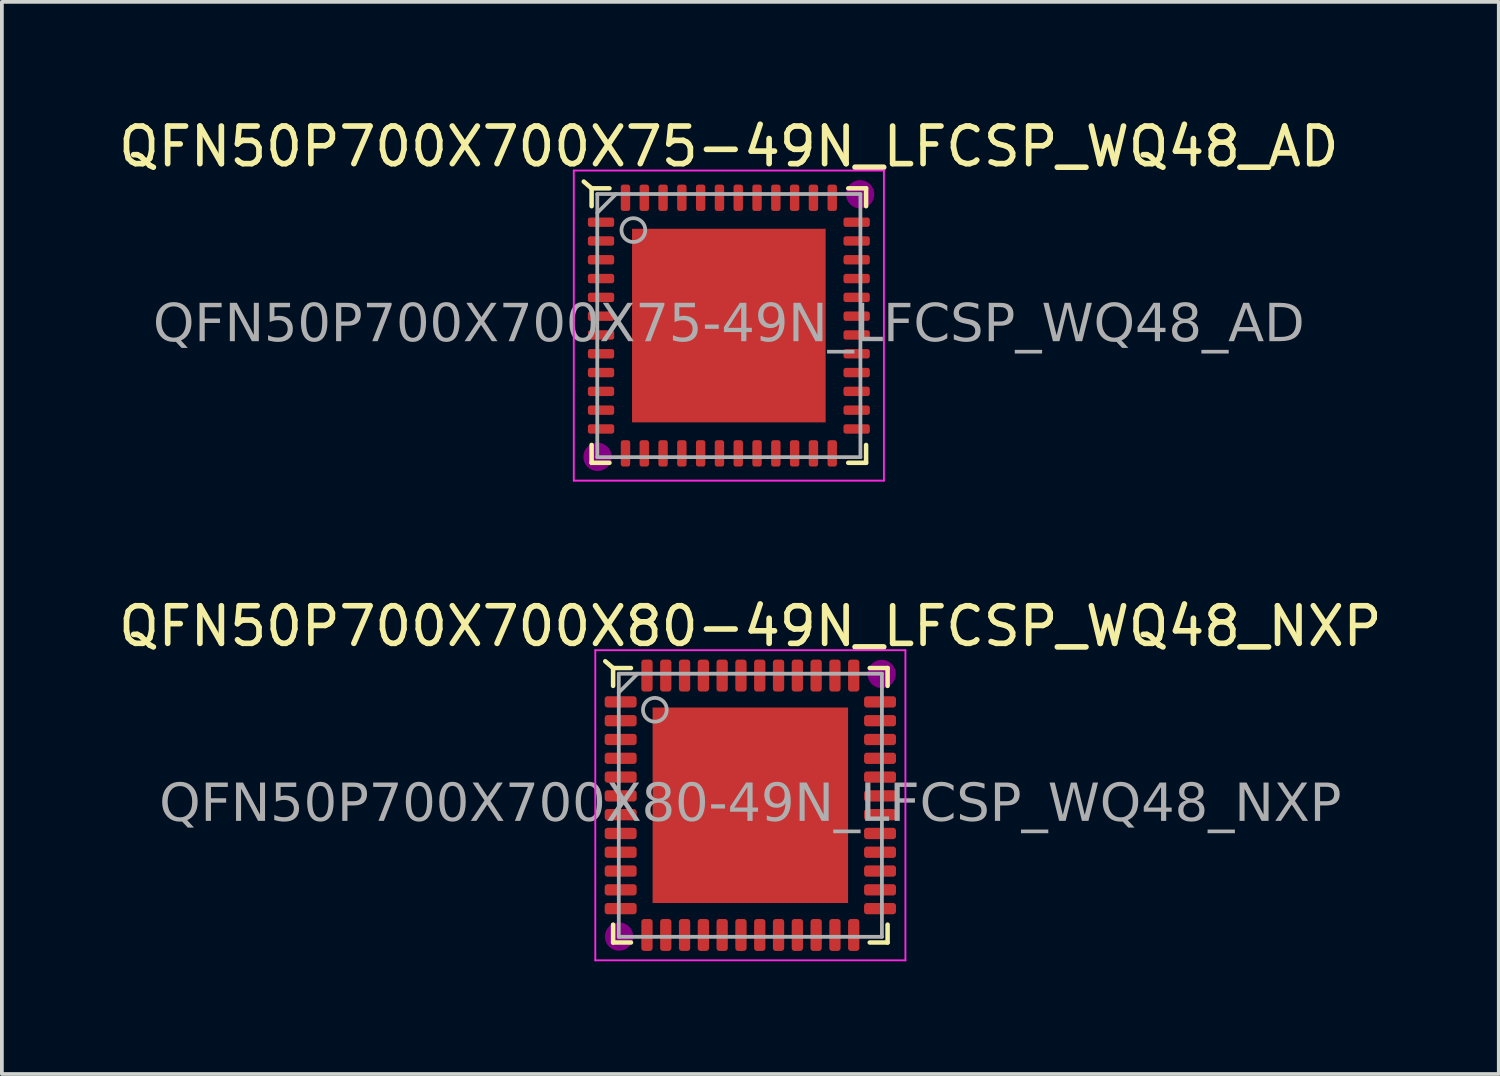
<source format=kicad_pcb>
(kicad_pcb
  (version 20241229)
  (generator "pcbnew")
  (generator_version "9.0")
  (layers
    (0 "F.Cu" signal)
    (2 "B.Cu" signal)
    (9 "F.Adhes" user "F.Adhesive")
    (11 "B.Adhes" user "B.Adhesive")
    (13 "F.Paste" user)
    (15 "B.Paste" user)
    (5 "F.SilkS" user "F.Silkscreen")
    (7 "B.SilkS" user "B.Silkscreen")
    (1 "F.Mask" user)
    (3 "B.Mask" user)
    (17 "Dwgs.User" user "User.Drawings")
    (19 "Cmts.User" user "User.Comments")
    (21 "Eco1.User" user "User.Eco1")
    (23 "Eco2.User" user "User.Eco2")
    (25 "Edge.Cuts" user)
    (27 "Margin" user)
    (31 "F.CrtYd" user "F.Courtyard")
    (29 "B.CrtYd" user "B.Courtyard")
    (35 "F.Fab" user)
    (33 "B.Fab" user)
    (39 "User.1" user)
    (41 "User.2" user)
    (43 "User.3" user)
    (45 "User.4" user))
  (footprint "QFN50P700X700X80-49N_LFCSP_WQ48_NXP"
    (layer "F.Cu")
    (at 16.911 18.372)
    (property "Reference" "QFN50P700X700X80-49N_LFCSP_WQ48_NXP" (at 0 -4.763 0) (layer "F.SilkS") (effects (font (size 1 1) (thickness 0.15))))
    (attr smd)
    (fp_line (start -3.651 -3.651) (end -3.86 -3.831) (stroke (width 0.12) (type solid)) (layer "F.SilkS"))
    (fp_line (start -3.651 -3.651) (end -3.651 -3.176) (stroke (width 0.12) (type solid)) (layer "F.SilkS"))
    (fp_line (start -3.651 3.651) (end -3.651 3.176) (stroke (width 0.12) (type solid)) (layer "F.SilkS"))
    (fp_line (start -3.176 -3.651) (end -3.651 -3.651) (stroke (width 0.12) (type solid)) (layer "F.SilkS"))
    (fp_line (start -3.176 3.651) (end -3.651 3.651) (stroke (width 0.12) (type solid)) (layer "F.SilkS"))
    (fp_line (start 3.176 -3.651) (end 3.651 -3.651) (stroke (width 0.12) (type solid)) (layer "F.SilkS"))
    (fp_line (start 3.651 -3.651) (end 3.651 -3.176) (stroke (width 0.12) (type solid)) (layer "F.SilkS"))
    (fp_line (start 3.651 3.176) (end 3.651 3.651) (stroke (width 0.12) (type solid)) (layer "F.SilkS"))
    (fp_line (start 3.651 3.651) (end 3.176 3.651) (stroke (width 0.12) (type solid)) (layer "F.SilkS"))
    (fp_circle (center -3.493 3.493) (end -3.175 3.493) (stroke (width 0.12) (type solid)) (fill yes) (layer "F.Adhes"))
    (fp_circle (center 3.493 -3.493) (end 3.81 -3.493) (stroke (width 0.12) (type solid)) (fill yes) (layer "F.Adhes"))
    (fp_line (start -4.125 -4.125) (end 4.125 -4.125) (stroke (width 0.05) (type solid)) (layer "F.CrtYd"))
    (fp_line (start -4.125 4.125) (end -4.125 -4.125) (stroke (width 0.05) (type solid)) (layer "F.CrtYd"))
    (fp_line (start 4.125 -4.125) (end 4.125 4.125) (stroke (width 0.05) (type solid)) (layer "F.CrtYd"))
    (fp_line (start 4.125 4.125) (end -4.125 4.125) (stroke (width 0.05) (type solid)) (layer "F.CrtYd"))
    (fp_line (start -3.5 -3.5) (end 3.5 -3.5) (stroke (width 0.1) (type solid)) (layer "F.Fab"))
    (fp_line (start -3.5 -3) (end -3 -3.5) (stroke (width 0.1) (type solid)) (layer "F.Fab"))
    (fp_line (start -3.5 3.5) (end -3.5 -3.5) (stroke (width 0.1) (type solid)) (layer "F.Fab"))
    (fp_line (start 3.5 -3.5) (end 3.5 3.5) (stroke (width 0.1) (type solid)) (layer "F.Fab"))
    (fp_line (start 3.5 3.5) (end -3.5 3.5) (stroke (width 0.1) (type solid)) (layer "F.Fab"))
    (fp_circle (center -2.54 -2.54) (end -2.223 -2.54) (stroke (width 0.1) (type solid)) (fill no) (layer "F.Fab"))
    (fp_text user "${REFERENCE}" (at 0 0 0) (layer "F.Fab") (effects (font (face "Tahoma") (size 1 1) (thickness 0.15))))
    (pad "1" smd roundrect (at -3.45 -2.75 90) (size 0.3 0.85) (layers "F.Cu" "F.Mask" "F.Paste") (roundrect_rratio 0.25))
    (pad "2" smd roundrect (at -3.45 -2.25 90) (size 0.3 0.85) (layers "F.Cu" "F.Mask" "F.Paste") (roundrect_rratio 0.25))
    (pad "3" smd roundrect (at -3.45 -1.75 90) (size 0.3 0.85) (layers "F.Cu" "F.Mask" "F.Paste") (roundrect_rratio 0.25))
    (pad "4" smd roundrect (at -3.45 -1.25 90) (size 0.3 0.85) (layers "F.Cu" "F.Mask" "F.Paste") (roundrect_rratio 0.25))
    (pad "5" smd roundrect (at -3.45 -0.75 90) (size 0.3 0.85) (layers "F.Cu" "F.Mask" "F.Paste") (roundrect_rratio 0.25))
    (pad "6" smd roundrect (at -3.45 -0.25 90) (size 0.3 0.85) (layers "F.Cu" "F.Mask" "F.Paste") (roundrect_rratio 0.25))
    (pad "7" smd roundrect (at -3.45 0.25 90) (size 0.3 0.85) (layers "F.Cu" "F.Mask" "F.Paste") (roundrect_rratio 0.25))
    (pad "8" smd roundrect (at -3.45 0.75 90) (size 0.3 0.85) (layers "F.Cu" "F.Mask" "F.Paste") (roundrect_rratio 0.25))
    (pad "9" smd roundrect (at -3.45 1.25 90) (size 0.3 0.85) (layers "F.Cu" "F.Mask" "F.Paste") (roundrect_rratio 0.25))
    (pad "10" smd roundrect (at -3.45 1.75 90) (size 0.3 0.85) (layers "F.Cu" "F.Mask" "F.Paste") (roundrect_rratio 0.25))
    (pad "11" smd roundrect (at -3.45 2.25 90) (size 0.3 0.85) (layers "F.Cu" "F.Mask" "F.Paste") (roundrect_rratio 0.25))
    (pad "12" smd roundrect (at -3.45 2.75 90) (size 0.3 0.85) (layers "F.Cu" "F.Mask" "F.Paste") (roundrect_rratio 0.25))
    (pad "13" smd roundrect (at -2.75 3.45) (size 0.3 0.85) (layers "F.Cu" "F.Mask" "F.Paste") (roundrect_rratio 0.25))
    (pad "14" smd roundrect (at -2.25 3.45) (size 0.3 0.85) (layers "F.Cu" "F.Mask" "F.Paste") (roundrect_rratio 0.25))
    (pad "15" smd roundrect (at -1.75 3.45) (size 0.3 0.85) (layers "F.Cu" "F.Mask" "F.Paste") (roundrect_rratio 0.25))
    (pad "16" smd roundrect (at -1.25 3.45) (size 0.3 0.85) (layers "F.Cu" "F.Mask" "F.Paste") (roundrect_rratio 0.25))
    (pad "17" smd roundrect (at -0.75 3.45) (size 0.3 0.85) (layers "F.Cu" "F.Mask" "F.Paste") (roundrect_rratio 0.25))
    (pad "18" smd roundrect (at -0.25 3.45) (size 0.3 0.85) (layers "F.Cu" "F.Mask" "F.Paste") (roundrect_rratio 0.25))
    (pad "19" smd roundrect (at 0.25 3.45) (size 0.3 0.85) (layers "F.Cu" "F.Mask" "F.Paste") (roundrect_rratio 0.25))
    (pad "20" smd roundrect (at 0.75 3.45) (size 0.3 0.85) (layers "F.Cu" "F.Mask" "F.Paste") (roundrect_rratio 0.25))
    (pad "21" smd roundrect (at 1.25 3.45) (size 0.3 0.85) (layers "F.Cu" "F.Mask" "F.Paste") (roundrect_rratio 0.25))
    (pad "22" smd roundrect (at 1.75 3.45) (size 0.3 0.85) (layers "F.Cu" "F.Mask" "F.Paste") (roundrect_rratio 0.25))
    (pad "23" smd roundrect (at 2.25 3.45) (size 0.3 0.85) (layers "F.Cu" "F.Mask" "F.Paste") (roundrect_rratio 0.25))
    (pad "24" smd roundrect (at 2.75 3.45) (size 0.3 0.85) (layers "F.Cu" "F.Mask" "F.Paste") (roundrect_rratio 0.25))
    (pad "25" smd roundrect (at 3.45 2.75 90) (size 0.3 0.85) (layers "F.Cu" "F.Mask" "F.Paste") (roundrect_rratio 0.25))
    (pad "26" smd roundrect (at 3.45 2.25 90) (size 0.3 0.85) (layers "F.Cu" "F.Mask" "F.Paste") (roundrect_rratio 0.25))
    (pad "27" smd roundrect (at 3.45 1.75 90) (size 0.3 0.85) (layers "F.Cu" "F.Mask" "F.Paste") (roundrect_rratio 0.25))
    (pad "28" smd roundrect (at 3.45 1.25 90) (size 0.3 0.85) (layers "F.Cu" "F.Mask" "F.Paste") (roundrect_rratio 0.25))
    (pad "29" smd roundrect (at 3.45 0.75 90) (size 0.3 0.85) (layers "F.Cu" "F.Mask" "F.Paste") (roundrect_rratio 0.25))
    (pad "30" smd roundrect (at 3.45 0.25 90) (size 0.3 0.85) (layers "F.Cu" "F.Mask" "F.Paste") (roundrect_rratio 0.25))
    (pad "31" smd roundrect (at 3.45 -0.25 90) (size 0.3 0.85) (layers "F.Cu" "F.Mask" "F.Paste") (roundrect_rratio 0.25))
    (pad "32" smd roundrect (at 3.45 -0.75 90) (size 0.3 0.85) (layers "F.Cu" "F.Mask" "F.Paste") (roundrect_rratio 0.25))
    (pad "33" smd roundrect (at 3.45 -1.25 90) (size 0.3 0.85) (layers "F.Cu" "F.Mask" "F.Paste") (roundrect_rratio 0.25))
    (pad "34" smd roundrect (at 3.45 -1.75 90) (size 0.3 0.85) (layers "F.Cu" "F.Mask" "F.Paste") (roundrect_rratio 0.25))
    (pad "35" smd roundrect (at 3.45 -2.25 90) (size 0.3 0.85) (layers "F.Cu" "F.Mask" "F.Paste") (roundrect_rratio 0.25))
    (pad "36" smd roundrect (at 3.45 -2.75 90) (size 0.3 0.85) (layers "F.Cu" "F.Mask" "F.Paste") (roundrect_rratio 0.25))
    (pad "37" smd roundrect (at 2.75 -3.45) (size 0.3 0.85) (layers "F.Cu" "F.Mask" "F.Paste") (roundrect_rratio 0.25))
    (pad "38" smd roundrect (at 2.25 -3.45) (size 0.3 0.85) (layers "F.Cu" "F.Mask" "F.Paste") (roundrect_rratio 0.25))
    (pad "39" smd roundrect (at 1.75 -3.45) (size 0.3 0.85) (layers "F.Cu" "F.Mask" "F.Paste") (roundrect_rratio 0.25))
    (pad "40" smd roundrect (at 1.25 -3.45) (size 0.3 0.85) (layers "F.Cu" "F.Mask" "F.Paste") (roundrect_rratio 0.25))
    (pad "41" smd roundrect (at 0.75 -3.45) (size 0.3 0.85) (layers "F.Cu" "F.Mask" "F.Paste") (roundrect_rratio 0.25))
    (pad "42" smd roundrect (at 0.25 -3.45) (size 0.3 0.85) (layers "F.Cu" "F.Mask" "F.Paste") (roundrect_rratio 0.25))
    (pad "43" smd roundrect (at -0.25 -3.45) (size 0.3 0.85) (layers "F.Cu" "F.Mask" "F.Paste") (roundrect_rratio 0.25))
    (pad "44" smd roundrect (at -0.75 -3.45) (size 0.3 0.85) (layers "F.Cu" "F.Mask" "F.Paste") (roundrect_rratio 0.25))
    (pad "45" smd roundrect (at -1.25 -3.45) (size 0.3 0.85) (layers "F.Cu" "F.Mask" "F.Paste") (roundrect_rratio 0.25))
    (pad "46" smd roundrect (at -1.75 -3.45) (size 0.3 0.85) (layers "F.Cu" "F.Mask" "F.Paste") (roundrect_rratio 0.25))
    (pad "47" smd roundrect (at -2.25 -3.45) (size 0.3 0.85) (layers "F.Cu" "F.Mask" "F.Paste") (roundrect_rratio 0.25))
    (pad "48" smd roundrect (at -2.75 -3.45) (size 0.3 0.85) (layers "F.Cu" "F.Mask" "F.Paste") (roundrect_rratio 0.25))
    (pad "49" smd rect (at 0 0) (size 5.2 5.2) (layers "F.Cu" "F.Mask" "F.Paste")))
  (footprint "QFN50P700X700X75-49N_LFCSP_WQ48_AD"
    (layer "F.Cu")
    (at 16.339 5.611)
    (property "Reference" "QFN50P700X700X75-49N_LFCSP_WQ48_AD" (at 0 -4.763 0) (layer "F.SilkS") (effects (font (size 1 1) (thickness 0.15))))
    (attr smd)
    (fp_line (start -3.651 -3.651) (end -3.86 -3.831) (stroke (width 0.12) (type solid)) (layer "F.SilkS"))
    (fp_line (start -3.651 -3.651) (end -3.651 -3.176) (stroke (width 0.12) (type solid)) (layer "F.SilkS"))
    (fp_line (start -3.651 3.651) (end -3.651 3.176) (stroke (width 0.12) (type solid)) (layer "F.SilkS"))
    (fp_line (start -3.176 -3.651) (end -3.651 -3.651) (stroke (width 0.12) (type solid)) (layer "F.SilkS"))
    (fp_line (start -3.176 3.651) (end -3.651 3.651) (stroke (width 0.12) (type solid)) (layer "F.SilkS"))
    (fp_line (start 3.176 -3.651) (end 3.651 -3.651) (stroke (width 0.12) (type solid)) (layer "F.SilkS"))
    (fp_line (start 3.651 -3.651) (end 3.651 -3.176) (stroke (width 0.12) (type solid)) (layer "F.SilkS"))
    (fp_line (start 3.651 3.176) (end 3.651 3.651) (stroke (width 0.12) (type solid)) (layer "F.SilkS"))
    (fp_line (start 3.651 3.651) (end 3.176 3.651) (stroke (width 0.12) (type solid)) (layer "F.SilkS"))
    (fp_circle (center -3.493 3.493) (end -3.175 3.493) (stroke (width 0.12) (type solid)) (fill yes) (layer "F.Adhes"))
    (fp_circle (center 3.493 -3.493) (end 3.81 -3.493) (stroke (width 0.12) (type solid)) (fill yes) (layer "F.Adhes"))
    (fp_line (start -4.125 -4.125) (end 4.125 -4.125) (stroke (width 0.05) (type solid)) (layer "F.CrtYd"))
    (fp_line (start -4.125 4.125) (end -4.125 -4.125) (stroke (width 0.05) (type solid)) (layer "F.CrtYd"))
    (fp_line (start 4.125 -4.125) (end 4.125 4.125) (stroke (width 0.05) (type solid)) (layer "F.CrtYd"))
    (fp_line (start 4.125 4.125) (end -4.125 4.125) (stroke (width 0.05) (type solid)) (layer "F.CrtYd"))
    (fp_line (start -3.5 -3.5) (end 3.5 -3.5) (stroke (width 0.1) (type solid)) (layer "F.Fab"))
    (fp_line (start -3.5 -3) (end -3 -3.5) (stroke (width 0.1) (type solid)) (layer "F.Fab"))
    (fp_line (start -3.5 3.5) (end -3.5 -3.5) (stroke (width 0.1) (type solid)) (layer "F.Fab"))
    (fp_line (start 3.5 -3.5) (end 3.5 3.5) (stroke (width 0.1) (type solid)) (layer "F.Fab"))
    (fp_line (start 3.5 3.5) (end -3.5 3.5) (stroke (width 0.1) (type solid)) (layer "F.Fab"))
    (fp_circle (center -2.54 -2.54) (end -2.223 -2.54) (stroke (width 0.1) (type solid)) (fill no) (layer "F.Fab"))
    (fp_text user "${REFERENCE}" (at 0 0 0) (layer "F.Fab") (effects (font (face "Tahoma") (size 1 1) (thickness 0.15))))
    (pad "1" smd roundrect (at -3.4 -2.75 90) (size 0.25 0.7) (layers "F.Cu" "F.Mask" "F.Paste") (roundrect_rratio 0.25))
    (pad "2" smd roundrect (at -3.4 -2.25 90) (size 0.25 0.7) (layers "F.Cu" "F.Mask" "F.Paste") (roundrect_rratio 0.25))
    (pad "3" smd roundrect (at -3.4 -1.75 90) (size 0.25 0.7) (layers "F.Cu" "F.Mask" "F.Paste") (roundrect_rratio 0.25))
    (pad "4" smd roundrect (at -3.4 -1.25 90) (size 0.25 0.7) (layers "F.Cu" "F.Mask" "F.Paste") (roundrect_rratio 0.25))
    (pad "5" smd roundrect (at -3.4 -0.75 90) (size 0.25 0.7) (layers "F.Cu" "F.Mask" "F.Paste") (roundrect_rratio 0.25))
    (pad "6" smd roundrect (at -3.4 -0.25 90) (size 0.25 0.7) (layers "F.Cu" "F.Mask" "F.Paste") (roundrect_rratio 0.25))
    (pad "7" smd roundrect (at -3.4 0.25 90) (size 0.25 0.7) (layers "F.Cu" "F.Mask" "F.Paste") (roundrect_rratio 0.25))
    (pad "8" smd roundrect (at -3.4 0.75 90) (size 0.25 0.7) (layers "F.Cu" "F.Mask" "F.Paste") (roundrect_rratio 0.25))
    (pad "9" smd roundrect (at -3.4 1.25 90) (size 0.25 0.7) (layers "F.Cu" "F.Mask" "F.Paste") (roundrect_rratio 0.25))
    (pad "10" smd roundrect (at -3.4 1.75 90) (size 0.25 0.7) (layers "F.Cu" "F.Mask" "F.Paste") (roundrect_rratio 0.25))
    (pad "11" smd roundrect (at -3.4 2.25 90) (size 0.25 0.7) (layers "F.Cu" "F.Mask" "F.Paste") (roundrect_rratio 0.25))
    (pad "12" smd roundrect (at -3.4 2.75 90) (size 0.25 0.7) (layers "F.Cu" "F.Mask" "F.Paste") (roundrect_rratio 0.25))
    (pad "13" smd roundrect (at -2.75 3.4) (size 0.25 0.7) (layers "F.Cu" "F.Mask" "F.Paste") (roundrect_rratio 0.25))
    (pad "14" smd roundrect (at -2.25 3.4) (size 0.25 0.7) (layers "F.Cu" "F.Mask" "F.Paste") (roundrect_rratio 0.25))
    (pad "15" smd roundrect (at -1.75 3.4) (size 0.25 0.7) (layers "F.Cu" "F.Mask" "F.Paste") (roundrect_rratio 0.25))
    (pad "16" smd roundrect (at -1.25 3.4) (size 0.25 0.7) (layers "F.Cu" "F.Mask" "F.Paste") (roundrect_rratio 0.25))
    (pad "17" smd roundrect (at -0.75 3.4) (size 0.25 0.7) (layers "F.Cu" "F.Mask" "F.Paste") (roundrect_rratio 0.25))
    (pad "18" smd roundrect (at -0.25 3.4) (size 0.25 0.7) (layers "F.Cu" "F.Mask" "F.Paste") (roundrect_rratio 0.25))
    (pad "19" smd roundrect (at 0.25 3.4) (size 0.25 0.7) (layers "F.Cu" "F.Mask" "F.Paste") (roundrect_rratio 0.25))
    (pad "20" smd roundrect (at 0.75 3.4) (size 0.25 0.7) (layers "F.Cu" "F.Mask" "F.Paste") (roundrect_rratio 0.25))
    (pad "21" smd roundrect (at 1.25 3.4) (size 0.25 0.7) (layers "F.Cu" "F.Mask" "F.Paste") (roundrect_rratio 0.25))
    (pad "22" smd roundrect (at 1.75 3.4) (size 0.25 0.7) (layers "F.Cu" "F.Mask" "F.Paste") (roundrect_rratio 0.25))
    (pad "23" smd roundrect (at 2.25 3.4) (size 0.25 0.7) (layers "F.Cu" "F.Mask" "F.Paste") (roundrect_rratio 0.25))
    (pad "24" smd roundrect (at 2.75 3.4) (size 0.25 0.7) (layers "F.Cu" "F.Mask" "F.Paste") (roundrect_rratio 0.25))
    (pad "25" smd roundrect (at 3.4 2.75 90) (size 0.25 0.7) (layers "F.Cu" "F.Mask" "F.Paste") (roundrect_rratio 0.25))
    (pad "26" smd roundrect (at 3.4 2.25 90) (size 0.25 0.7) (layers "F.Cu" "F.Mask" "F.Paste") (roundrect_rratio 0.25))
    (pad "27" smd roundrect (at 3.4 1.75 90) (size 0.25 0.7) (layers "F.Cu" "F.Mask" "F.Paste") (roundrect_rratio 0.25))
    (pad "28" smd roundrect (at 3.4 1.25 90) (size 0.25 0.7) (layers "F.Cu" "F.Mask" "F.Paste") (roundrect_rratio 0.25))
    (pad "29" smd roundrect (at 3.4 0.75 90) (size 0.25 0.7) (layers "F.Cu" "F.Mask" "F.Paste") (roundrect_rratio 0.25))
    (pad "30" smd roundrect (at 3.4 0.25 90) (size 0.25 0.7) (layers "F.Cu" "F.Mask" "F.Paste") (roundrect_rratio 0.25))
    (pad "31" smd roundrect (at 3.4 -0.25 90) (size 0.25 0.7) (layers "F.Cu" "F.Mask" "F.Paste") (roundrect_rratio 0.25))
    (pad "32" smd roundrect (at 3.4 -0.75 90) (size 0.25 0.7) (layers "F.Cu" "F.Mask" "F.Paste") (roundrect_rratio 0.25))
    (pad "33" smd roundrect (at 3.4 -1.25 90) (size 0.25 0.7) (layers "F.Cu" "F.Mask" "F.Paste") (roundrect_rratio 0.25))
    (pad "34" smd roundrect (at 3.4 -1.75 90) (size 0.25 0.7) (layers "F.Cu" "F.Mask" "F.Paste") (roundrect_rratio 0.25))
    (pad "35" smd roundrect (at 3.4 -2.25 90) (size 0.25 0.7) (layers "F.Cu" "F.Mask" "F.Paste") (roundrect_rratio 0.25))
    (pad "36" smd roundrect (at 3.4 -2.75 90) (size 0.25 0.7) (layers "F.Cu" "F.Mask" "F.Paste") (roundrect_rratio 0.25))
    (pad "37" smd roundrect (at 2.75 -3.4) (size 0.25 0.7) (layers "F.Cu" "F.Mask" "F.Paste") (roundrect_rratio 0.25))
    (pad "38" smd roundrect (at 2.25 -3.4) (size 0.25 0.7) (layers "F.Cu" "F.Mask" "F.Paste") (roundrect_rratio 0.25))
    (pad "39" smd roundrect (at 1.75 -3.4) (size 0.25 0.7) (layers "F.Cu" "F.Mask" "F.Paste") (roundrect_rratio 0.25))
    (pad "40" smd roundrect (at 1.25 -3.4) (size 0.25 0.7) (layers "F.Cu" "F.Mask" "F.Paste") (roundrect_rratio 0.25))
    (pad "41" smd roundrect (at 0.75 -3.4) (size 0.25 0.7) (layers "F.Cu" "F.Mask" "F.Paste") (roundrect_rratio 0.25))
    (pad "42" smd roundrect (at 0.25 -3.4) (size 0.25 0.7) (layers "F.Cu" "F.Mask" "F.Paste") (roundrect_rratio 0.25))
    (pad "43" smd roundrect (at -0.25 -3.4) (size 0.25 0.7) (layers "F.Cu" "F.Mask" "F.Paste") (roundrect_rratio 0.25))
    (pad "44" smd roundrect (at -0.75 -3.4) (size 0.25 0.7) (layers "F.Cu" "F.Mask" "F.Paste") (roundrect_rratio 0.25))
    (pad "45" smd roundrect (at -1.25 -3.4) (size 0.25 0.7) (layers "F.Cu" "F.Mask" "F.Paste") (roundrect_rratio 0.25))
    (pad "46" smd roundrect (at -1.75 -3.4) (size 0.25 0.7) (layers "F.Cu" "F.Mask" "F.Paste") (roundrect_rratio 0.25))
    (pad "47" smd roundrect (at -2.25 -3.4) (size 0.25 0.7) (layers "F.Cu" "F.Mask" "F.Paste") (roundrect_rratio 0.25))
    (pad "48" smd roundrect (at -2.75 -3.4) (size 0.25 0.7) (layers "F.Cu" "F.Mask" "F.Paste") (roundrect_rratio 0.25))
    (pad "49" smd rect (at 0 0) (size 5.15 5.15) (layers "F.Cu" "F.Mask" "F.Paste")))
  (gr_rect
    (start -3 -3)
    (end 36.821 25.521)
    (stroke (width 0.1) (type default))
    (fill no)
    (layer "Edge.Cuts")))
</source>
